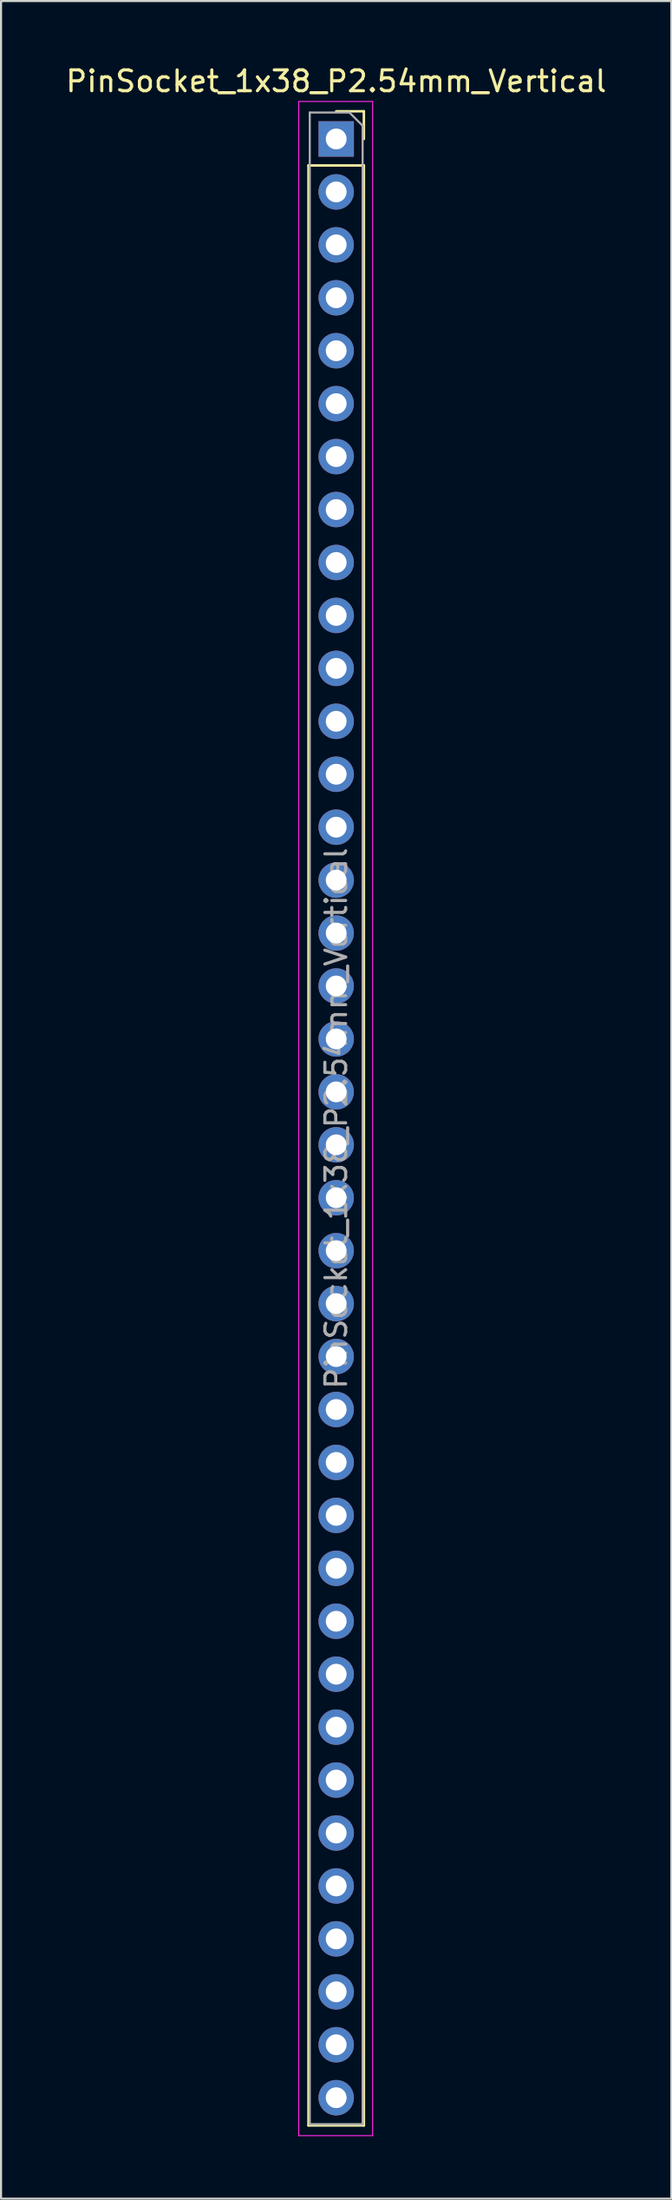
<source format=kicad_pcb>
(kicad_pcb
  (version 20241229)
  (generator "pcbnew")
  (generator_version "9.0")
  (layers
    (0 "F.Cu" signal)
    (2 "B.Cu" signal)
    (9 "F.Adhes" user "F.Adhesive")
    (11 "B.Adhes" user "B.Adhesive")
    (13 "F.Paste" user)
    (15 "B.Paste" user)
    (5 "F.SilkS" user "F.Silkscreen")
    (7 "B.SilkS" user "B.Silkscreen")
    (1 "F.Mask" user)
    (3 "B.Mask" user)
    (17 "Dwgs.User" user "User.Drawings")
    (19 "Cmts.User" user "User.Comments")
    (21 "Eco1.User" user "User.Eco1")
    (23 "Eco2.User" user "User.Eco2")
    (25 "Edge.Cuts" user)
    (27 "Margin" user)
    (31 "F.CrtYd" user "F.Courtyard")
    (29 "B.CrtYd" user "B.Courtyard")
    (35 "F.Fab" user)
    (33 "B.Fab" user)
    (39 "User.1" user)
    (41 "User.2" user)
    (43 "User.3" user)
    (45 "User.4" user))
  (footprint "PinSocket_1x38_P2.54mm_Vertical"
    (layer "F.Cu")
    (at 13.101 3.618)
    (property "Reference" "PinSocket_1x38_P2.54mm_Vertical" (at 0 -2.77 0) (layer "F.SilkS") (effects (font (size 1 1) (thickness 0.15))))
    (attr through_hole)
    (fp_line (start -1.33 1.27) (end -1.33 95.31) (stroke (width 0.12) (type solid)) (layer "F.SilkS"))
    (fp_line (start -1.33 1.27) (end 1.33 1.27) (stroke (width 0.12) (type solid)) (layer "F.SilkS"))
    (fp_line (start -1.33 95.31) (end 1.33 95.31) (stroke (width 0.12) (type solid)) (layer "F.SilkS"))
    (fp_line (start 0 -1.33) (end 1.33 -1.33) (stroke (width 0.12) (type solid)) (layer "F.SilkS"))
    (fp_line (start 1.33 -1.33) (end 1.33 0) (stroke (width 0.12) (type solid)) (layer "F.SilkS"))
    (fp_line (start 1.33 1.27) (end 1.33 95.31) (stroke (width 0.12) (type solid)) (layer "F.SilkS"))
    (fp_line (start -1.8 -1.8) (end 1.75 -1.8) (stroke (width 0.05) (type solid)) (layer "F.CrtYd"))
    (fp_line (start -1.8 95.8) (end -1.8 -1.8) (stroke (width 0.05) (type solid)) (layer "F.CrtYd"))
    (fp_line (start 1.75 -1.8) (end 1.75 95.8) (stroke (width 0.05) (type solid)) (layer "F.CrtYd"))
    (fp_line (start 1.75 95.8) (end -1.8 95.8) (stroke (width 0.05) (type solid)) (layer "F.CrtYd"))
    (fp_line (start -1.27 -1.27) (end 0.635 -1.27) (stroke (width 0.1) (type solid)) (layer "F.Fab"))
    (fp_line (start -1.27 95.25) (end -1.27 -1.27) (stroke (width 0.1) (type solid)) (layer "F.Fab"))
    (fp_line (start 0.635 -1.27) (end 1.27 -0.635) (stroke (width 0.1) (type solid)) (layer "F.Fab"))
    (fp_line (start 1.27 -0.635) (end 1.27 95.25) (stroke (width 0.1) (type solid)) (layer "F.Fab"))
    (fp_line (start 1.27 95.25) (end -1.27 95.25) (stroke (width 0.1) (type solid)) (layer "F.Fab"))
    (fp_text user "${REFERENCE}" (at 0 46.99 90) (layer "F.Fab") (effects (font (size 1 1) (thickness 0.15))))
    (pad "1" thru_hole rect (at 0 0) (size 1.7 1.7) (drill 1) (layers "*.Cu" "*.Mask"))
    (pad "2" thru_hole circle (at 0 2.54) (size 1.7 1.7) (drill 1) (layers "*.Cu" "*.Mask"))
    (pad "3" thru_hole circle (at 0 5.08) (size 1.7 1.7) (drill 1) (layers "*.Cu" "*.Mask"))
    (pad "4" thru_hole circle (at 0 7.62) (size 1.7 1.7) (drill 1) (layers "*.Cu" "*.Mask"))
    (pad "5" thru_hole circle (at 0 10.16) (size 1.7 1.7) (drill 1) (layers "*.Cu" "*.Mask"))
    (pad "6" thru_hole circle (at 0 12.7) (size 1.7 1.7) (drill 1) (layers "*.Cu" "*.Mask"))
    (pad "7" thru_hole circle (at 0 15.24) (size 1.7 1.7) (drill 1) (layers "*.Cu" "*.Mask"))
    (pad "8" thru_hole circle (at 0 17.78) (size 1.7 1.7) (drill 1) (layers "*.Cu" "*.Mask"))
    (pad "9" thru_hole circle (at 0 20.32) (size 1.7 1.7) (drill 1) (layers "*.Cu" "*.Mask"))
    (pad "10" thru_hole circle (at 0 22.86) (size 1.7 1.7) (drill 1) (layers "*.Cu" "*.Mask"))
    (pad "11" thru_hole circle (at 0 25.4) (size 1.7 1.7) (drill 1) (layers "*.Cu" "*.Mask"))
    (pad "12" thru_hole circle (at 0 27.94) (size 1.7 1.7) (drill 1) (layers "*.Cu" "*.Mask"))
    (pad "13" thru_hole circle (at 0 30.48) (size 1.7 1.7) (drill 1) (layers "*.Cu" "*.Mask"))
    (pad "14" thru_hole circle (at 0 33.02) (size 1.7 1.7) (drill 1) (layers "*.Cu" "*.Mask"))
    (pad "15" thru_hole circle (at 0 35.56) (size 1.7 1.7) (drill 1) (layers "*.Cu" "*.Mask"))
    (pad "16" thru_hole circle (at 0 38.1) (size 1.7 1.7) (drill 1) (layers "*.Cu" "*.Mask"))
    (pad "17" thru_hole circle (at 0 40.64) (size 1.7 1.7) (drill 1) (layers "*.Cu" "*.Mask"))
    (pad "18" thru_hole circle (at 0 43.18) (size 1.7 1.7) (drill 1) (layers "*.Cu" "*.Mask"))
    (pad "19" thru_hole circle (at 0 45.72) (size 1.7 1.7) (drill 1) (layers "*.Cu" "*.Mask"))
    (pad "20" thru_hole circle (at 0 48.26) (size 1.7 1.7) (drill 1) (layers "*.Cu" "*.Mask"))
    (pad "21" thru_hole circle (at 0 50.8) (size 1.7 1.7) (drill 1) (layers "*.Cu" "*.Mask"))
    (pad "22" thru_hole circle (at 0 53.34) (size 1.7 1.7) (drill 1) (layers "*.Cu" "*.Mask"))
    (pad "23" thru_hole circle (at 0 55.88) (size 1.7 1.7) (drill 1) (layers "*.Cu" "*.Mask"))
    (pad "24" thru_hole circle (at 0 58.42) (size 1.7 1.7) (drill 1) (layers "*.Cu" "*.Mask"))
    (pad "25" thru_hole circle (at 0 60.96) (size 1.7 1.7) (drill 1) (layers "*.Cu" "*.Mask"))
    (pad "26" thru_hole circle (at 0 63.5) (size 1.7 1.7) (drill 1) (layers "*.Cu" "*.Mask"))
    (pad "27" thru_hole circle (at 0 66.04) (size 1.7 1.7) (drill 1) (layers "*.Cu" "*.Mask"))
    (pad "28" thru_hole circle (at 0 68.58) (size 1.7 1.7) (drill 1) (layers "*.Cu" "*.Mask"))
    (pad "29" thru_hole circle (at 0 71.12) (size 1.7 1.7) (drill 1) (layers "*.Cu" "*.Mask"))
    (pad "30" thru_hole circle (at 0 73.66) (size 1.7 1.7) (drill 1) (layers "*.Cu" "*.Mask"))
    (pad "31" thru_hole circle (at 0 76.2) (size 1.7 1.7) (drill 1) (layers "*.Cu" "*.Mask"))
    (pad "32" thru_hole circle (at 0 78.74) (size 1.7 1.7) (drill 1) (layers "*.Cu" "*.Mask"))
    (pad "33" thru_hole circle (at 0 81.28) (size 1.7 1.7) (drill 1) (layers "*.Cu" "*.Mask"))
    (pad "34" thru_hole circle (at 0 83.82) (size 1.7 1.7) (drill 1) (layers "*.Cu" "*.Mask"))
    (pad "35" thru_hole circle (at 0 86.36) (size 1.7 1.7) (drill 1) (layers "*.Cu" "*.Mask"))
    (pad "36" thru_hole circle (at 0 88.9) (size 1.7 1.7) (drill 1) (layers "*.Cu" "*.Mask"))
    (pad "37" thru_hole circle (at 0 91.44) (size 1.7 1.7) (drill 1) (layers "*.Cu" "*.Mask"))
    (pad "38" thru_hole circle (at 0 93.98) (size 1.7 1.7) (drill 1) (layers "*.Cu" "*.Mask")))
  (gr_rect
    (start -3 -3)
    (end 29.202 102.443)
    (stroke (width 0.1) (type default))
    (fill no)
    (layer "Edge.Cuts")))
</source>
